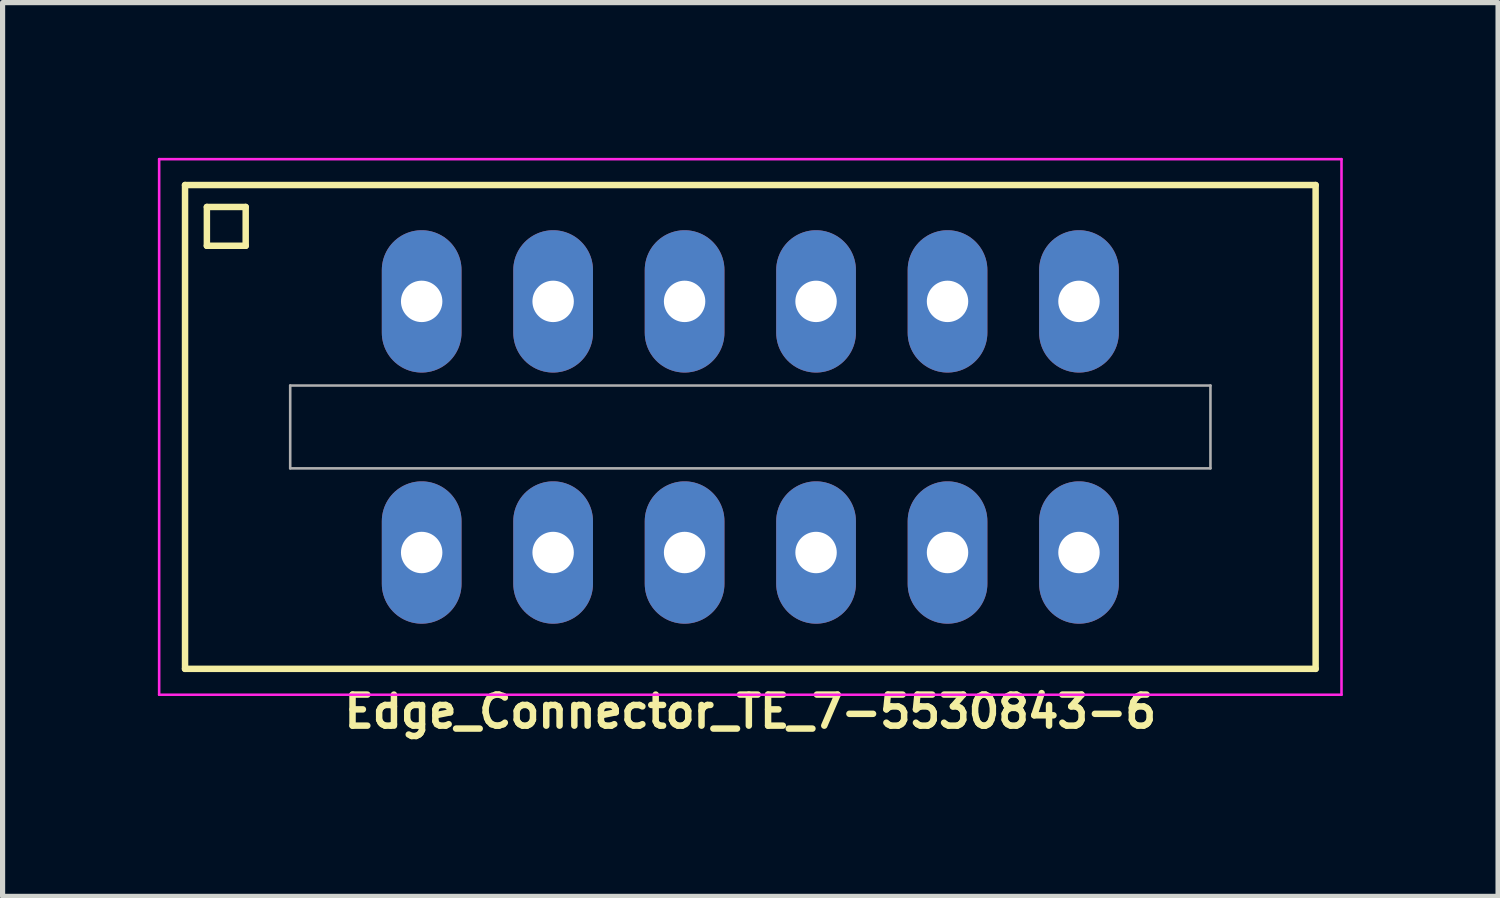
<source format=kicad_pcb>
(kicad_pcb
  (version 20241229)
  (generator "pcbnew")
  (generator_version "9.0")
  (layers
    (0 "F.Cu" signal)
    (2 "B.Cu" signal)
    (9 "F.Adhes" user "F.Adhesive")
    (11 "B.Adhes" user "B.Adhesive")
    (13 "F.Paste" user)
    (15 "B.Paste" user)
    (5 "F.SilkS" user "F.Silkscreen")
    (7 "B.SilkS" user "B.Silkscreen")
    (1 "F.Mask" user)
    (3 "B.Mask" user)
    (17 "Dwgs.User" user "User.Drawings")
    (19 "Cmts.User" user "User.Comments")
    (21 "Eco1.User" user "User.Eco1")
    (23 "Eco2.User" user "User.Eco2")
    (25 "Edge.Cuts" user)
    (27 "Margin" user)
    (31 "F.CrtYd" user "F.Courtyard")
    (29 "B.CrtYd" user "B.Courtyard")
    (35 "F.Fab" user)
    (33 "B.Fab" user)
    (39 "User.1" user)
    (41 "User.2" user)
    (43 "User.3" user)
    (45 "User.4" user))
  (footprint "Edge_Connector_TE_7-5530843-6"
    (layer "F.Cu")
    (at 11.447 5.199)
    (property "Reference" "Edge_Connector_TE_7-5530843-6" (at 0 5.5 180) (layer "F.SilkS") (effects (font (size 0.6 0.6) (thickness 0.125))))
    (attr through_hole)
    (fp_line (start -10.922 -4.674) (end -10.922 4.674) (stroke (width 0.125) (type solid)) (layer "F.SilkS"))
    (fp_line (start -10.922 -4.674) (end 10.922 -4.674) (stroke (width 0.125) (type solid)) (layer "F.SilkS"))
    (fp_line (start -10.922 4.674) (end 10.922 4.674) (stroke (width 0.125) (type solid)) (layer "F.SilkS"))
    (fp_line (start -10.5 -4.25) (end -10.5 -3.5) (stroke (width 0.125) (type solid)) (layer "F.SilkS"))
    (fp_line (start -10.5 -3.5) (end -9.75 -3.5) (stroke (width 0.125) (type solid)) (layer "F.SilkS"))
    (fp_line (start -9.75 -4.25) (end -10.5 -4.25) (stroke (width 0.125) (type solid)) (layer "F.SilkS"))
    (fp_line (start -9.75 -3.5) (end -9.75 -4.25) (stroke (width 0.125) (type solid)) (layer "F.SilkS"))
    (fp_line (start 10.922 -4.674) (end 10.922 4.674) (stroke (width 0.125) (type solid)) (layer "F.SilkS"))
    (fp_line (start -11.422 -5.174) (end 11.422 -5.174) (stroke (width 0.05) (type solid)) (layer "F.CrtYd"))
    (fp_line (start -11.422 5.174) (end -11.422 -5.174) (stroke (width 0.05) (type solid)) (layer "F.CrtYd"))
    (fp_line (start 11.422 -5.174) (end 11.422 5.174) (stroke (width 0.05) (type solid)) (layer "F.CrtYd"))
    (fp_line (start 11.422 5.174) (end -11.422 5.174) (stroke (width 0.05) (type solid)) (layer "F.CrtYd"))
    (fp_line (start -8.89 -0.8) (end 8.89 -0.8) (stroke (width 0.05) (type solid)) (layer "F.Fab"))
    (fp_line (start -8.89 0.8) (end -8.89 -0.8) (stroke (width 0.05) (type solid)) (layer "F.Fab"))
    (fp_line (start 8.89 -0.8) (end 8.89 0.8) (stroke (width 0.05) (type solid)) (layer "F.Fab"))
    (fp_line (start 8.89 0.8) (end -8.89 0.8) (stroke (width 0.05) (type solid)) (layer "F.Fab"))
    (pad "1" thru_hole oval (at -6.35 2.426) (size 1.54 2.75) (drill 0.8) (layers "*.Cu" "*.Mask"))
    (pad "2" thru_hole oval (at -6.35 -2.426) (size 1.54 2.75) (drill 0.8) (layers "*.Cu" "*.Mask"))
    (pad "3" thru_hole oval (at -3.81 2.426) (size 1.54 2.75) (drill 0.8) (layers "*.Cu" "*.Mask"))
    (pad "4" thru_hole oval (at -3.81 -2.426) (size 1.54 2.75) (drill 0.8) (layers "*.Cu" "*.Mask"))
    (pad "5" thru_hole oval (at -1.27 2.426) (size 1.54 2.75) (drill 0.8) (layers "*.Cu" "*.Mask"))
    (pad "6" thru_hole oval (at -1.27 -2.426) (size 1.54 2.75) (drill 0.8) (layers "*.Cu" "*.Mask"))
    (pad "7" thru_hole oval (at 1.27 2.426) (size 1.54 2.75) (drill 0.8) (layers "*.Cu" "*.Mask"))
    (pad "8" thru_hole oval (at 1.27 -2.426) (size 1.54 2.75) (drill 0.8) (layers "*.Cu" "*.Mask"))
    (pad "9" thru_hole oval (at 3.81 2.426) (size 1.54 2.75) (drill 0.8) (layers "*.Cu" "*.Mask"))
    (pad "10" thru_hole oval (at 3.81 -2.426) (size 1.54 2.75) (drill 0.8) (layers "*.Cu" "*.Mask"))
    (pad "11" thru_hole oval (at 6.35 2.426) (size 1.54 2.75) (drill 0.8) (layers "*.Cu" "*.Mask"))
    (pad "12" thru_hole oval (at 6.35 -2.426) (size 1.54 2.75) (drill 0.8) (layers "*.Cu" "*.Mask")))
  (gr_rect
    (start -3 -3)
    (end 25.894 14.269)
    (stroke (width 0.1) (type default))
    (fill no)
    (layer "Edge.Cuts")))
</source>
